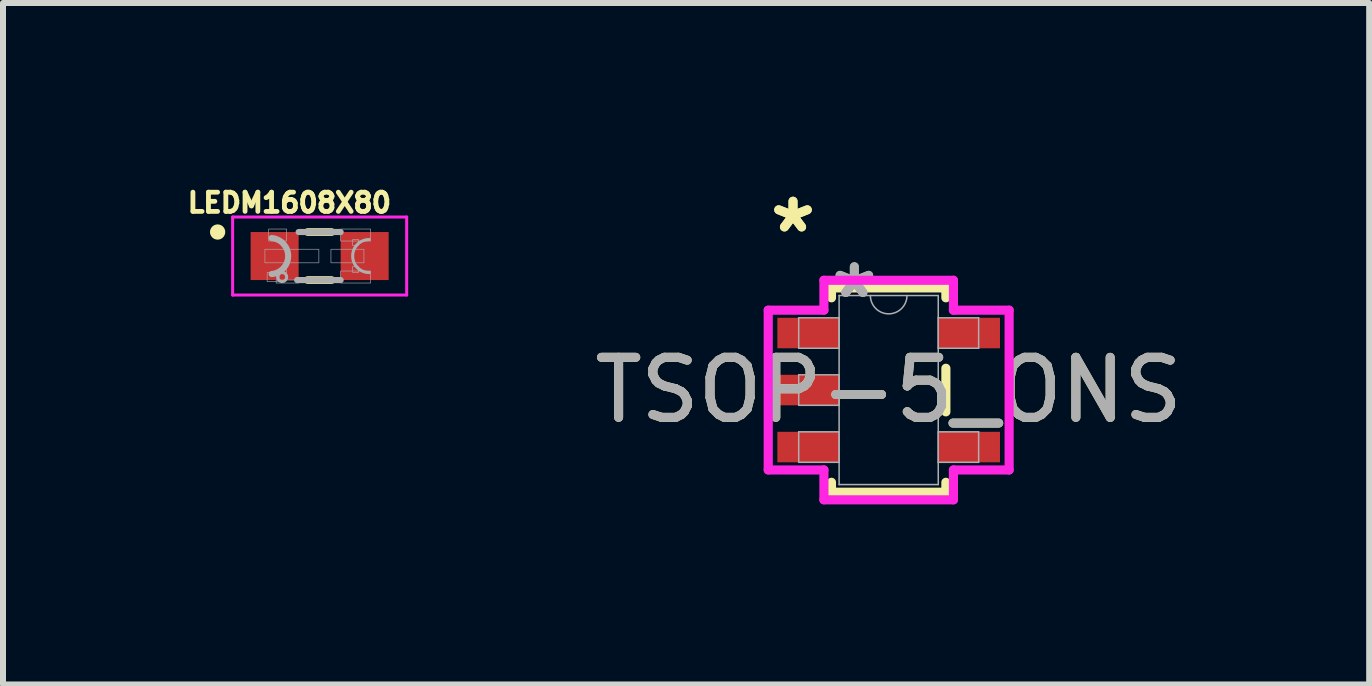
<source format=kicad_pcb>
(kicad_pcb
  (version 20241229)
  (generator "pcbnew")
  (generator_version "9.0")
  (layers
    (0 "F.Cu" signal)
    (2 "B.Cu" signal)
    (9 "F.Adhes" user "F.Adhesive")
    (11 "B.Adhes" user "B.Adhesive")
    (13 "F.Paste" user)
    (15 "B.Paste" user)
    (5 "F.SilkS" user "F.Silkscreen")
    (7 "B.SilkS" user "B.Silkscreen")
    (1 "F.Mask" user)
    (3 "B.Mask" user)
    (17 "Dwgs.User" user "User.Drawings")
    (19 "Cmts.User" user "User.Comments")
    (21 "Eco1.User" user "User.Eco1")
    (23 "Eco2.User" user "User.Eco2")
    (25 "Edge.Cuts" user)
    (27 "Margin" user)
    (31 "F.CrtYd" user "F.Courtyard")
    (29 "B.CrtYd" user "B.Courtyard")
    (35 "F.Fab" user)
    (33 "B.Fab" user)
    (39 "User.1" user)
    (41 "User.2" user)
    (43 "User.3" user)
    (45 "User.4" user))
  (footprint "LEDM1608X80"
    (layer "F.Cu")
    (at 2.276 1.216)
    (property "Reference" "LEDM1608X80" (at -0.504 -0.888 0) (layer "F.SilkS") (effects (font (size 0.32 0.32) (thickness 0.08))))
    (attr smd)
    (fp_line (start -0.2 -0.4) (end 0.2 -0.4) (stroke (width 0.127) (type solid)) (layer "F.SilkS"))
    (fp_line (start -0.2 0.4) (end 0.2 0.4) (stroke (width 0.127) (type solid)) (layer "F.SilkS"))
    (fp_circle (center -1.7 -0.4) (end -1.573 -0.4) (stroke (width 0) (type solid)) (fill yes) (layer "F.SilkS"))
    (fp_line (start -1.45 -0.65) (end 1.45 -0.65) (stroke (width 0.05) (type solid)) (layer "F.CrtYd"))
    (fp_line (start -1.45 0.65) (end -1.45 -0.65) (stroke (width 0.05) (type solid)) (layer "F.CrtYd"))
    (fp_line (start 1.45 -0.65) (end 1.45 0.65) (stroke (width 0.05) (type solid)) (layer "F.CrtYd"))
    (fp_line (start 1.45 0.65) (end -1.45 0.65) (stroke (width 0.05) (type solid)) (layer "F.CrtYd"))
    (fp_line (start -0.375 0.4) (end 0.35 0.4) (stroke (width 0.102) (type solid)) (layer "F.Fab"))
    (fp_line (start -0.35 -0.4) (end 0.35 -0.4) (stroke (width 0.102) (type solid)) (layer "F.Fab"))
    (fp_arc (start -0.8 -0.3) (mid -0.524966 0) (end -0.8 0.3) (stroke (width 0.1016) (type solid)) (layer "F.Fab"))
    (fp_arc (start 0.825 0.275) (mid 0.55 0) (end 0.825 -0.275) (stroke (width 0.0508) (type solid)) (layer "F.Fab"))
    (fp_circle (center -0.625 0.35) (end -0.55 0.35) (stroke (width 0.051) (type solid)) (fill no) (layer "F.Fab"))
    (fp_poly (pts (xy -0.912 -0.113) (xy -0.013 -0.113) (xy -0.013 0.113) (xy -0.912 0.113)) (stroke (width 0.01) (type solid)) (fill no) (layer "F.Fab"))
    (fp_poly (pts (xy -0.875 0.275) (xy -0.675 0.275) (xy -0.675 0.425) (xy -0.875 0.425)) (stroke (width 0.01) (type solid)) (fill no) (layer "F.Fab"))
    (fp_poly (pts (xy -0.85 -0.45) (xy -0.55 -0.45) (xy -0.55 -0.25) (xy -0.85 -0.25)) (stroke (width 0.01) (type solid)) (fill no) (layer "F.Fab"))
    (fp_poly (pts (xy -0.725 0.4) (xy -0.35 0.4) (xy -0.35 0.45) (xy -0.725 0.45)) (stroke (width 0.01) (type solid)) (fill no) (layer "F.Fab"))
    (fp_poly (pts (xy -0.6 0.225) (xy -0.55 0.225) (xy -0.55 0.275) (xy -0.6 0.275)) (stroke (width 0.01) (type solid)) (fill no) (layer "F.Fab"))
    (fp_poly (pts (xy 0.188 -0.113) (xy 0.738 -0.113) (xy 0.738 0.113) (xy 0.188 0.113)) (stroke (width 0.01) (type solid)) (fill no) (layer "F.Fab"))
    (fp_poly (pts (xy 0.35 -0.45) (xy 0.85 -0.45) (xy 0.85 -0.25) (xy 0.35 -0.25)) (stroke (width 0.01) (type solid)) (fill no) (layer "F.Fab"))
    (fp_poly (pts (xy 0.35 0.25) (xy 0.85 0.25) (xy 0.85 0.45) (xy 0.35 0.45)) (stroke (width 0.01) (type solid)) (fill no) (layer "F.Fab"))
    (fp_poly (pts (xy 0.55 -0.275) (xy 0.65 -0.275) (xy 0.65 -0.175) (xy 0.55 -0.175)) (stroke (width 0.01) (type solid)) (fill no) (layer "F.Fab"))
    (fp_poly (pts (xy 0.55 0.175) (xy 0.65 0.175) (xy 0.65 0.275) (xy 0.55 0.275)) (stroke (width 0.01) (type solid)) (fill no) (layer "F.Fab"))
    (pad "A" smd rect (at 0.75 0) (size 0.8 0.8) (layers "F.Cu" "F.Mask" "F.Paste"))
    (pad "C" smd rect (at -0.75 0) (size 0.8 0.8) (layers "F.Cu" "F.Mask" "F.Paste")))
  (footprint "TSOP-5_ONS"
    (layer "F.Cu")
    (at 11.757 3.449)
    (property "Reference" "TSOP-5_ONS" (at 0 0 0) (unlocked yes) (layer "F.SilkS") (effects (font (size 1 1) (thickness 0.15))))
    (attr smd)
    (fp_line (start -0.953 -1.702) (end -0.953 -1.537) (stroke (width 0.152) (type solid)) (layer "F.SilkS"))
    (fp_line (start -0.953 1.537) (end -0.953 1.702) (stroke (width 0.152) (type solid)) (layer "F.SilkS"))
    (fp_line (start -0.953 1.702) (end 0.953 1.702) (stroke (width 0.152) (type solid)) (layer "F.SilkS"))
    (fp_line (start 0.953 -1.702) (end -0.953 -1.702) (stroke (width 0.152) (type solid)) (layer "F.SilkS"))
    (fp_line (start 0.953 -1.537) (end 0.953 -1.702) (stroke (width 0.152) (type solid)) (layer "F.SilkS"))
    (fp_line (start 0.953 0.363) (end 0.953 -0.363) (stroke (width 0.152) (type solid)) (layer "F.SilkS"))
    (fp_line (start 0.953 1.702) (end 0.953 1.537) (stroke (width 0.152) (type solid)) (layer "F.SilkS"))
    (fp_line (start -2.007 -1.331) (end -1.079 -1.331) (stroke (width 0.152) (type solid)) (layer "F.CrtYd"))
    (fp_line (start -2.007 1.331) (end -2.007 -1.331) (stroke (width 0.152) (type solid)) (layer "F.CrtYd"))
    (fp_line (start -1.079 -1.829) (end 1.079 -1.829) (stroke (width 0.152) (type solid)) (layer "F.CrtYd"))
    (fp_line (start -1.079 -1.331) (end -1.079 -1.829) (stroke (width 0.152) (type solid)) (layer "F.CrtYd"))
    (fp_line (start -1.079 1.331) (end -2.007 1.331) (stroke (width 0.152) (type solid)) (layer "F.CrtYd"))
    (fp_line (start -1.079 1.829) (end -1.079 1.331) (stroke (width 0.152) (type solid)) (layer "F.CrtYd"))
    (fp_line (start 1.079 -1.829) (end 1.079 -1.331) (stroke (width 0.152) (type solid)) (layer "F.CrtYd"))
    (fp_line (start 1.079 -1.331) (end 2.007 -1.331) (stroke (width 0.152) (type solid)) (layer "F.CrtYd"))
    (fp_line (start 1.079 1.331) (end 1.079 1.829) (stroke (width 0.152) (type solid)) (layer "F.CrtYd"))
    (fp_line (start 1.079 1.829) (end -1.079 1.829) (stroke (width 0.152) (type solid)) (layer "F.CrtYd"))
    (fp_line (start 2.007 -1.331) (end 2.007 1.331) (stroke (width 0.152) (type solid)) (layer "F.CrtYd"))
    (fp_line (start 2.007 1.331) (end 1.079 1.331) (stroke (width 0.152) (type solid)) (layer "F.CrtYd"))
    (fp_line (start -1.499 -1.204) (end -1.499 -0.696) (stroke (width 0.025) (type solid)) (layer "F.Fab"))
    (fp_line (start -1.499 -0.696) (end -0.826 -0.696) (stroke (width 0.025) (type solid)) (layer "F.Fab"))
    (fp_line (start -1.499 -0.254) (end -1.499 0.254) (stroke (width 0.025) (type solid)) (layer "F.Fab"))
    (fp_line (start -1.499 0.254) (end -0.826 0.254) (stroke (width 0.025) (type solid)) (layer "F.Fab"))
    (fp_line (start -1.499 0.696) (end -1.499 1.204) (stroke (width 0.025) (type solid)) (layer "F.Fab"))
    (fp_line (start -1.499 1.204) (end -0.826 1.204) (stroke (width 0.025) (type solid)) (layer "F.Fab"))
    (fp_line (start -0.826 -1.575) (end -0.826 1.575) (stroke (width 0.025) (type solid)) (layer "F.Fab"))
    (fp_line (start -0.826 -1.204) (end -1.499 -1.204) (stroke (width 0.025) (type solid)) (layer "F.Fab"))
    (fp_line (start -0.826 -0.696) (end -0.826 -1.204) (stroke (width 0.025) (type solid)) (layer "F.Fab"))
    (fp_line (start -0.826 -0.254) (end -1.499 -0.254) (stroke (width 0.025) (type solid)) (layer "F.Fab"))
    (fp_line (start -0.826 0.254) (end -0.826 -0.254) (stroke (width 0.025) (type solid)) (layer "F.Fab"))
    (fp_line (start -0.826 0.696) (end -1.499 0.696) (stroke (width 0.025) (type solid)) (layer "F.Fab"))
    (fp_line (start -0.826 1.204) (end -0.826 0.696) (stroke (width 0.025) (type solid)) (layer "F.Fab"))
    (fp_line (start -0.826 1.575) (end 0.826 1.575) (stroke (width 0.025) (type solid)) (layer "F.Fab"))
    (fp_line (start 0.826 -1.575) (end -0.826 -1.575) (stroke (width 0.025) (type solid)) (layer "F.Fab"))
    (fp_line (start 0.826 -1.204) (end 0.826 -0.696) (stroke (width 0.025) (type solid)) (layer "F.Fab"))
    (fp_line (start 0.826 -0.696) (end 1.499 -0.696) (stroke (width 0.025) (type solid)) (layer "F.Fab"))
    (fp_line (start 0.826 0.696) (end 0.826 1.204) (stroke (width 0.025) (type solid)) (layer "F.Fab"))
    (fp_line (start 0.826 1.204) (end 1.499 1.204) (stroke (width 0.025) (type solid)) (layer "F.Fab"))
    (fp_line (start 0.826 1.575) (end 0.826 -1.575) (stroke (width 0.025) (type solid)) (layer "F.Fab"))
    (fp_line (start 1.499 -1.204) (end 0.826 -1.204) (stroke (width 0.025) (type solid)) (layer "F.Fab"))
    (fp_line (start 1.499 -0.696) (end 1.499 -1.204) (stroke (width 0.025) (type solid)) (layer "F.Fab"))
    (fp_line (start 1.499 0.696) (end 0.826 0.696) (stroke (width 0.025) (type solid)) (layer "F.Fab"))
    (fp_line (start 1.499 1.204) (end 1.499 0.696) (stroke (width 0.025) (type solid)) (layer "F.Fab"))
    (fp_arc (start 0.3048 -1.5748) (mid 0 -1.27) (end -0.3048 -1.5748) (stroke (width 0.0254) (type solid)) (layer "F.Fab"))
    (fp_text user "*" (at -1.594 -2.601 0) (layer "F.SilkS") (effects (font (size 1 1) (thickness 0.15))))
    (fp_text user "*" (at -1.594 -2.601 0) (unlocked yes) (layer "F.SilkS") (effects (font (size 1 1) (thickness 0.15))))
    (fp_text user "*" (at -0.572 -1.509 0) (unlocked yes) (layer "F.Fab") (effects (font (size 1 1) (thickness 0.15))))
    (fp_text user "${REFERENCE}" (at 0 0 0) (unlocked yes) (layer "F.Fab") (effects (font (size 1 1) (thickness 0.15))))
    (fp_text user "*" (at -0.572 -1.509 0) (layer "F.Fab") (effects (font (size 1 1) (thickness 0.15))))
    (pad "1" smd rect (at -1.34 -0.95) (size 1.029 0.508) (layers "F.Cu" "F.Mask" "F.Paste"))
    (pad "2" smd rect (at -1.34 0) (size 1.029 0.508) (layers "F.Cu" "F.Mask" "F.Paste"))
    (pad "3" smd rect (at -1.34 0.95) (size 1.029 0.508) (layers "F.Cu" "F.Mask" "F.Paste"))
    (pad "4" smd rect (at 1.34 0.95) (size 1.029 0.508) (layers "F.Cu" "F.Mask" "F.Paste"))
    (pad "5" smd rect (at 1.34 -0.95) (size 1.029 0.508) (layers "F.Cu" "F.Mask" "F.Paste")))
  (gr_rect
    (start -3 -3)
    (end 19.763 8.354)
    (stroke (width 0.1) (type default))
    (fill no)
    (layer "Edge.Cuts")))
</source>
